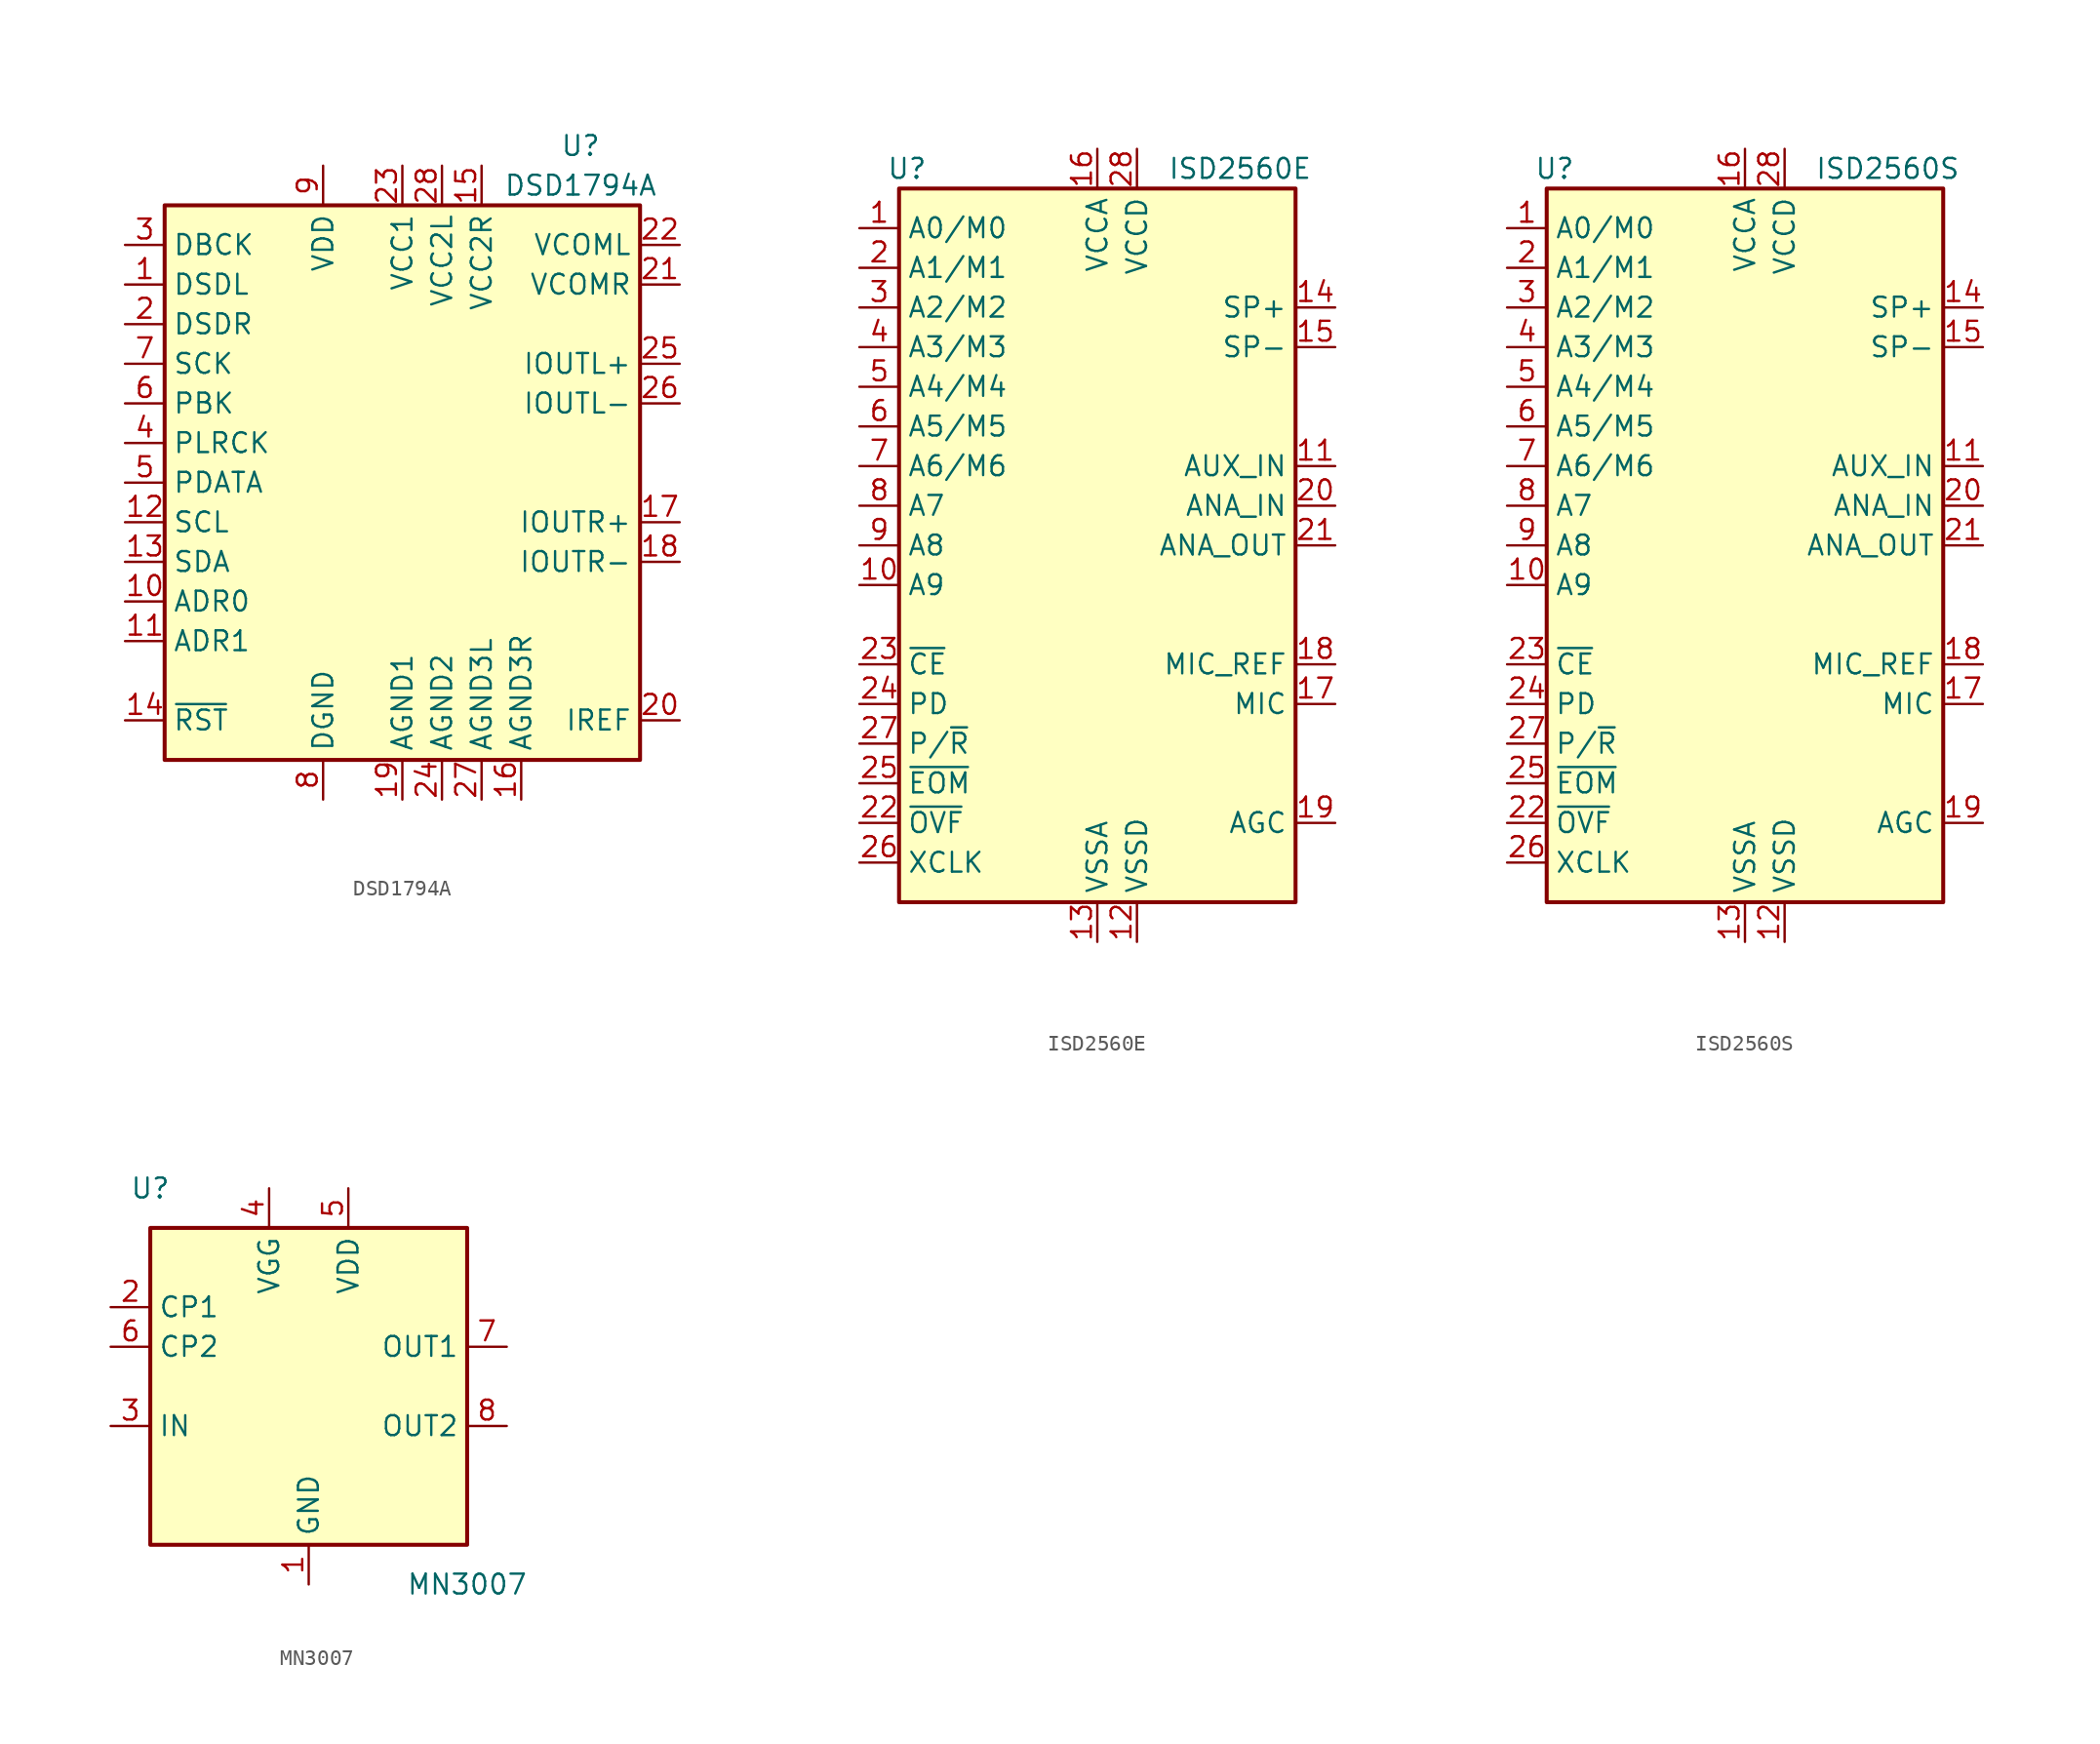
<source format=kicad_sym>
(kicad_symbol_lib
  (version 20231120)
  (generator "kicad_symbol_editor")
  (generator_version "8.0")
  (symbol "DSD1794A"
    (property "Reference" "U"
      (at 11.43 21.59 0)
      (effects (font (size 1.27 1.27))))
    (property "Value" "DSD1794A"
      (at 11.43 19.05 0)
      (effects (font (size 1.27 1.27))))
    (symbol "DSD1794A_0_1"
      (rectangle (start -15.24 17.78) (end 15.24 -17.78) (stroke (width 0.254) (type solid)) (fill (type background))))
    (symbol "DSD1794A_1_1"
      (pin bidirectional line (at -17.78 12.7 0) (length 2.54) (name "DSDL" (effects (font (size 1.27 1.27)))) (number "1" (effects (font (size 1.27 1.27)))))
      (pin input line (at -17.78 -7.62 0) (length 2.54) (name "ADR0" (effects (font (size 1.27 1.27)))) (number "10" (effects (font (size 1.27 1.27)))))
      (pin input line (at -17.78 -10.16 0) (length 2.54) (name "ADR1" (effects (font (size 1.27 1.27)))) (number "11" (effects (font (size 1.27 1.27)))))
      (pin input line (at -17.78 -2.54 0) (length 2.54) (name "SCL" (effects (font (size 1.27 1.27)))) (number "12" (effects (font (size 1.27 1.27)))))
      (pin bidirectional line (at -17.78 -5.08 0) (length 2.54) (name "SDA" (effects (font (size 1.27 1.27)))) (number "13" (effects (font (size 1.27 1.27)))))
      (pin input line (at -17.78 -15.24 0) (length 2.54) (name "~{RST}" (effects (font (size 1.27 1.27)))) (number "14" (effects (font (size 1.27 1.27)))))
      (pin power_in line (at 5.08 20.32 270) (length 2.54) (name "VCC2R" (effects (font (size 1.27 1.27)))) (number "15" (effects (font (size 1.27 1.27)))))
      (pin power_in line (at 7.62 -20.32 90) (length 2.54) (name "AGND3R" (effects (font (size 1.27 1.27)))) (number "16" (effects (font (size 1.27 1.27)))))
      (pin output line (at 17.78 -2.54 180) (length 2.54) (name "IOUTR+" (effects (font (size 1.27 1.27)))) (number "17" (effects (font (size 1.27 1.27)))))
      (pin output line (at 17.78 -5.08 180) (length 2.54) (name "IOUTR-" (effects (font (size 1.27 1.27)))) (number "18" (effects (font (size 1.27 1.27)))))
      (pin power_in line (at 0 -20.32 90) (length 2.54) (name "AGND1" (effects (font (size 1.27 1.27)))) (number "19" (effects (font (size 1.27 1.27)))))
      (pin bidirectional line (at -17.78 10.16 0) (length 2.54) (name "DSDR" (effects (font (size 1.27 1.27)))) (number "2" (effects (font (size 1.27 1.27)))))
      (pin passive line (at 17.78 -15.24 180) (length 2.54) (name "IREF" (effects (font (size 1.27 1.27)))) (number "20" (effects (font (size 1.27 1.27)))))
      (pin output line (at 17.78 12.7 180) (length 2.54) (name "VCOMR" (effects (font (size 1.27 1.27)))) (number "21" (effects (font (size 1.27 1.27)))))
      (pin passive line (at 17.78 15.24 180) (length 2.54) (name "VCOML" (effects (font (size 1.27 1.27)))) (number "22" (effects (font (size 1.27 1.27)))))
      (pin power_in line (at 0 20.32 270) (length 2.54) (name "VCC1" (effects (font (size 1.27 1.27)))) (number "23" (effects (font (size 1.27 1.27)))))
      (pin power_in line (at 2.54 -20.32 90) (length 2.54) (name "AGND2" (effects (font (size 1.27 1.27)))) (number "24" (effects (font (size 1.27 1.27)))))
      (pin output line (at 17.78 7.62 180) (length 2.54) (name "IOUTL+" (effects (font (size 1.27 1.27)))) (number "25" (effects (font (size 1.27 1.27)))))
      (pin output line (at 17.78 5.08 180) (length 2.54) (name "IOUTL-" (effects (font (size 1.27 1.27)))) (number "26" (effects (font (size 1.27 1.27)))))
      (pin power_in line (at 5.08 -20.32 90) (length 2.54) (name "AGND3L" (effects (font (size 1.27 1.27)))) (number "27" (effects (font (size 1.27 1.27)))))
      (pin power_in line (at 2.54 20.32 270) (length 2.54) (name "VCC2L" (effects (font (size 1.27 1.27)))) (number "28" (effects (font (size 1.27 1.27)))))
      (pin input line (at -17.78 15.24 0) (length 2.54) (name "DBCK" (effects (font (size 1.27 1.27)))) (number "3" (effects (font (size 1.27 1.27)))))
      (pin input line (at -17.78 2.54 0) (length 2.54) (name "PLRCK" (effects (font (size 1.27 1.27)))) (number "4" (effects (font (size 1.27 1.27)))))
      (pin input line (at -17.78 0 0) (length 2.54) (name "PDATA" (effects (font (size 1.27 1.27)))) (number "5" (effects (font (size 1.27 1.27)))))
      (pin input line (at -17.78 5.08 0) (length 2.54) (name "PBK" (effects (font (size 1.27 1.27)))) (number "6" (effects (font (size 1.27 1.27)))))
      (pin input line (at -17.78 7.62 0) (length 2.54) (name "SCK" (effects (font (size 1.27 1.27)))) (number "7" (effects (font (size 1.27 1.27)))))
      (pin power_in line (at -5.08 -20.32 90) (length 2.54) (name "DGND" (effects (font (size 1.27 1.27)))) (number "8" (effects (font (size 1.27 1.27)))))
      (pin power_in line (at -5.08 20.32 270) (length 2.54) (name "VDD" (effects (font (size 1.27 1.27)))) (number "9" (effects (font (size 1.27 1.27)))))))
  (symbol "ISD2560E"
    (property "Reference" "U"
      (at -12.192 24.13 0)
      (effects (font (size 1.27 1.27))))
    (property "Value" "ISD2560E"
      (at 9.144 24.13 0)
      (effects (font (size 1.27 1.27))))
    (symbol "ISD2560E_0_1"
      (rectangle (start -12.7 22.86) (end 12.7 -22.86) (stroke (width 0.254) (type solid)) (fill (type background))))
    (symbol "ISD2560E_1_1"
      (pin input line (at -15.24 20.32 0) (length 2.54) (name "A0/M0" (effects (font (size 1.27 1.27)))) (number "1" (effects (font (size 1.27 1.27)))))
      (pin input line (at -15.24 -2.54 0) (length 2.54) (name "A9" (effects (font (size 1.27 1.27)))) (number "10" (effects (font (size 1.27 1.27)))))
      (pin input line (at 15.24 5.08 180) (length 2.54) (name "AUX_IN" (effects (font (size 1.27 1.27)))) (number "11" (effects (font (size 1.27 1.27)))))
      (pin power_in line (at 2.54 -25.4 90) (length 2.54) (name "VSSD" (effects (font (size 1.27 1.27)))) (number "12" (effects (font (size 1.27 1.27)))))
      (pin power_in line (at 0 -25.4 90) (length 2.54) (name "VSSA" (effects (font (size 1.27 1.27)))) (number "13" (effects (font (size 1.27 1.27)))))
      (pin output line (at 15.24 15.24 180) (length 2.54) (name "SP+" (effects (font (size 1.27 1.27)))) (number "14" (effects (font (size 1.27 1.27)))))
      (pin output line (at 15.24 12.7 180) (length 2.54) (name "SP-" (effects (font (size 1.27 1.27)))) (number "15" (effects (font (size 1.27 1.27)))))
      (pin power_in line (at 0 25.4 270) (length 2.54) (name "VCCA" (effects (font (size 1.27 1.27)))) (number "16" (effects (font (size 1.27 1.27)))))
      (pin input line (at 15.24 -10.16 180) (length 2.54) (name "MIC" (effects (font (size 1.27 1.27)))) (number "17" (effects (font (size 1.27 1.27)))))
      (pin passive line (at 15.24 -7.62 180) (length 2.54) (name "MIC_REF" (effects (font (size 1.27 1.27)))) (number "18" (effects (font (size 1.27 1.27)))))
      (pin passive line (at 15.24 -17.78 180) (length 2.54) (name "AGC" (effects (font (size 1.27 1.27)))) (number "19" (effects (font (size 1.27 1.27)))))
      (pin input line (at -15.24 17.78 0) (length 2.54) (name "A1/M1" (effects (font (size 1.27 1.27)))) (number "2" (effects (font (size 1.27 1.27)))))
      (pin input line (at 15.24 2.54 180) (length 2.54) (name "ANA_IN" (effects (font (size 1.27 1.27)))) (number "20" (effects (font (size 1.27 1.27)))))
      (pin output line (at 15.24 0 180) (length 2.54) (name "ANA_OUT" (effects (font (size 1.27 1.27)))) (number "21" (effects (font (size 1.27 1.27)))))
      (pin output line (at -15.24 -17.78 0) (length 2.54) (name "~{OVF}" (effects (font (size 1.27 1.27)))) (number "22" (effects (font (size 1.27 1.27)))))
      (pin input line (at -15.24 -7.62 0) (length 2.54) (name "~{CE}" (effects (font (size 1.27 1.27)))) (number "23" (effects (font (size 1.27 1.27)))))
      (pin input line (at -15.24 -10.16 0) (length 2.54) (name "PD" (effects (font (size 1.27 1.27)))) (number "24" (effects (font (size 1.27 1.27)))))
      (pin output line (at -15.24 -15.24 0) (length 2.54) (name "~{EOM}" (effects (font (size 1.27 1.27)))) (number "25" (effects (font (size 1.27 1.27)))))
      (pin input line (at -15.24 -20.32 0) (length 2.54) (name "XCLK" (effects (font (size 1.27 1.27)))) (number "26" (effects (font (size 1.27 1.27)))))
      (pin input line (at -15.24 -12.7 0) (length 2.54) (name "P/~{R}" (effects (font (size 1.27 1.27)))) (number "27" (effects (font (size 1.27 1.27)))))
      (pin power_in line (at 2.54 25.4 270) (length 2.54) (name "VCCD" (effects (font (size 1.27 1.27)))) (number "28" (effects (font (size 1.27 1.27)))))
      (pin input line (at -15.24 15.24 0) (length 2.54) (name "A2/M2" (effects (font (size 1.27 1.27)))) (number "3" (effects (font (size 1.27 1.27)))))
      (pin input line (at -15.24 12.7 0) (length 2.54) (name "A3/M3" (effects (font (size 1.27 1.27)))) (number "4" (effects (font (size 1.27 1.27)))))
      (pin input line (at -15.24 10.16 0) (length 2.54) (name "A4/M4" (effects (font (size 1.27 1.27)))) (number "5" (effects (font (size 1.27 1.27)))))
      (pin input line (at -15.24 7.62 0) (length 2.54) (name "A5/M5" (effects (font (size 1.27 1.27)))) (number "6" (effects (font (size 1.27 1.27)))))
      (pin input line (at -15.24 5.08 0) (length 2.54) (name "A6/M6" (effects (font (size 1.27 1.27)))) (number "7" (effects (font (size 1.27 1.27)))))
      (pin input line (at -15.24 2.54 0) (length 2.54) (name "A7" (effects (font (size 1.27 1.27)))) (number "8" (effects (font (size 1.27 1.27)))))
      (pin input line (at -15.24 0 0) (length 2.54) (name "A8" (effects (font (size 1.27 1.27)))) (number "9" (effects (font (size 1.27 1.27)))))))
  (symbol "ISD2560S"
    (property "Reference" "U"
      (at -12.192 24.13 0)
      (effects (font (size 1.27 1.27))))
    (property "Value" "ISD2560S"
      (at 9.144 24.13 0)
      (effects (font (size 1.27 1.27))))
    (symbol "ISD2560S_0_1"
      (rectangle (start -12.7 22.86) (end 12.7 -22.86) (stroke (width 0.254) (type solid)) (fill (type background))))
    (symbol "ISD2560S_1_1"
      (pin input line (at -15.24 20.32 0) (length 2.54) (name "A0/M0" (effects (font (size 1.27 1.27)))) (number "1" (effects (font (size 1.27 1.27)))))
      (pin input line (at -15.24 -2.54 0) (length 2.54) (name "A9" (effects (font (size 1.27 1.27)))) (number "10" (effects (font (size 1.27 1.27)))))
      (pin input line (at 15.24 5.08 180) (length 2.54) (name "AUX_IN" (effects (font (size 1.27 1.27)))) (number "11" (effects (font (size 1.27 1.27)))))
      (pin power_in line (at 2.54 -25.4 90) (length 2.54) (name "VSSD" (effects (font (size 1.27 1.27)))) (number "12" (effects (font (size 1.27 1.27)))))
      (pin power_in line (at 0 -25.4 90) (length 2.54) (name "VSSA" (effects (font (size 1.27 1.27)))) (number "13" (effects (font (size 1.27 1.27)))))
      (pin output line (at 15.24 15.24 180) (length 2.54) (name "SP+" (effects (font (size 1.27 1.27)))) (number "14" (effects (font (size 1.27 1.27)))))
      (pin output line (at 15.24 12.7 180) (length 2.54) (name "SP-" (effects (font (size 1.27 1.27)))) (number "15" (effects (font (size 1.27 1.27)))))
      (pin power_in line (at 0 25.4 270) (length 2.54) (name "VCCA" (effects (font (size 1.27 1.27)))) (number "16" (effects (font (size 1.27 1.27)))))
      (pin input line (at 15.24 -10.16 180) (length 2.54) (name "MIC" (effects (font (size 1.27 1.27)))) (number "17" (effects (font (size 1.27 1.27)))))
      (pin passive line (at 15.24 -7.62 180) (length 2.54) (name "MIC_REF" (effects (font (size 1.27 1.27)))) (number "18" (effects (font (size 1.27 1.27)))))
      (pin passive line (at 15.24 -17.78 180) (length 2.54) (name "AGC" (effects (font (size 1.27 1.27)))) (number "19" (effects (font (size 1.27 1.27)))))
      (pin input line (at -15.24 17.78 0) (length 2.54) (name "A1/M1" (effects (font (size 1.27 1.27)))) (number "2" (effects (font (size 1.27 1.27)))))
      (pin input line (at 15.24 2.54 180) (length 2.54) (name "ANA_IN" (effects (font (size 1.27 1.27)))) (number "20" (effects (font (size 1.27 1.27)))))
      (pin output line (at 15.24 0 180) (length 2.54) (name "ANA_OUT" (effects (font (size 1.27 1.27)))) (number "21" (effects (font (size 1.27 1.27)))))
      (pin output line (at -15.24 -17.78 0) (length 2.54) (name "~{OVF}" (effects (font (size 1.27 1.27)))) (number "22" (effects (font (size 1.27 1.27)))))
      (pin input line (at -15.24 -7.62 0) (length 2.54) (name "~{CE}" (effects (font (size 1.27 1.27)))) (number "23" (effects (font (size 1.27 1.27)))))
      (pin input line (at -15.24 -10.16 0) (length 2.54) (name "PD" (effects (font (size 1.27 1.27)))) (number "24" (effects (font (size 1.27 1.27)))))
      (pin output line (at -15.24 -15.24 0) (length 2.54) (name "~{EOM}" (effects (font (size 1.27 1.27)))) (number "25" (effects (font (size 1.27 1.27)))))
      (pin input line (at -15.24 -20.32 0) (length 2.54) (name "XCLK" (effects (font (size 1.27 1.27)))) (number "26" (effects (font (size 1.27 1.27)))))
      (pin input line (at -15.24 -12.7 0) (length 2.54) (name "P/~{R}" (effects (font (size 1.27 1.27)))) (number "27" (effects (font (size 1.27 1.27)))))
      (pin power_in line (at 2.54 25.4 270) (length 2.54) (name "VCCD" (effects (font (size 1.27 1.27)))) (number "28" (effects (font (size 1.27 1.27)))))
      (pin input line (at -15.24 15.24 0) (length 2.54) (name "A2/M2" (effects (font (size 1.27 1.27)))) (number "3" (effects (font (size 1.27 1.27)))))
      (pin input line (at -15.24 12.7 0) (length 2.54) (name "A3/M3" (effects (font (size 1.27 1.27)))) (number "4" (effects (font (size 1.27 1.27)))))
      (pin input line (at -15.24 10.16 0) (length 2.54) (name "A4/M4" (effects (font (size 1.27 1.27)))) (number "5" (effects (font (size 1.27 1.27)))))
      (pin input line (at -15.24 7.62 0) (length 2.54) (name "A5/M5" (effects (font (size 1.27 1.27)))) (number "6" (effects (font (size 1.27 1.27)))))
      (pin input line (at -15.24 5.08 0) (length 2.54) (name "A6/M6" (effects (font (size 1.27 1.27)))) (number "7" (effects (font (size 1.27 1.27)))))
      (pin input line (at -15.24 2.54 0) (length 2.54) (name "A7" (effects (font (size 1.27 1.27)))) (number "8" (effects (font (size 1.27 1.27)))))
      (pin input line (at -15.24 0 0) (length 2.54) (name "A8" (effects (font (size 1.27 1.27)))) (number "9" (effects (font (size 1.27 1.27)))))))
  (symbol "MN3007"
    (property "Reference" "U"
      (at -10.16 12.7 0)
      (effects (font (size 1.27 1.27))))
    (property "Value" "MN3007"
      (at 10.16 -12.7 0)
      (effects (font (size 1.27 1.27))))
    (symbol "MN3007_0_1"
      (rectangle (start -10.16 10.16) (end 10.16 -10.16) (stroke (width 0.254) (type solid)) (fill (type background))))
    (symbol "MN3007_1_1"
      (pin power_in line (at 0 -12.7 90) (length 2.54) (name "GND" (effects (font (size 1.27 1.27)))) (number "1" (effects (font (size 1.27 1.27)))))
      (pin input line (at -12.7 5.08 0) (length 2.54) (name "CP1" (effects (font (size 1.27 1.27)))) (number "2" (effects (font (size 1.27 1.27)))))
      (pin input line (at -12.7 -2.54 0) (length 2.54) (name "IN" (effects (font (size 1.27 1.27)))) (number "3" (effects (font (size 1.27 1.27)))))
      (pin power_in line (at -2.54 12.7 270) (length 2.54) (name "VGG" (effects (font (size 1.27 1.27)))) (number "4" (effects (font (size 1.27 1.27)))))
      (pin power_in line (at 2.54 12.7 270) (length 2.54) (name "VDD" (effects (font (size 1.27 1.27)))) (number "5" (effects (font (size 1.27 1.27)))))
      (pin input line (at -12.7 2.54 0) (length 2.54) (name "CP2" (effects (font (size 1.27 1.27)))) (number "6" (effects (font (size 1.27 1.27)))))
      (pin output line (at 12.7 2.54 180) (length 2.54) (name "OUT1" (effects (font (size 1.27 1.27)))) (number "7" (effects (font (size 1.27 1.27)))))
      (pin output line (at 12.7 -2.54 180) (length 2.54) (name "OUT2" (effects (font (size 1.27 1.27)))) (number "8" (effects (font (size 1.27 1.27))))))))
</source>
